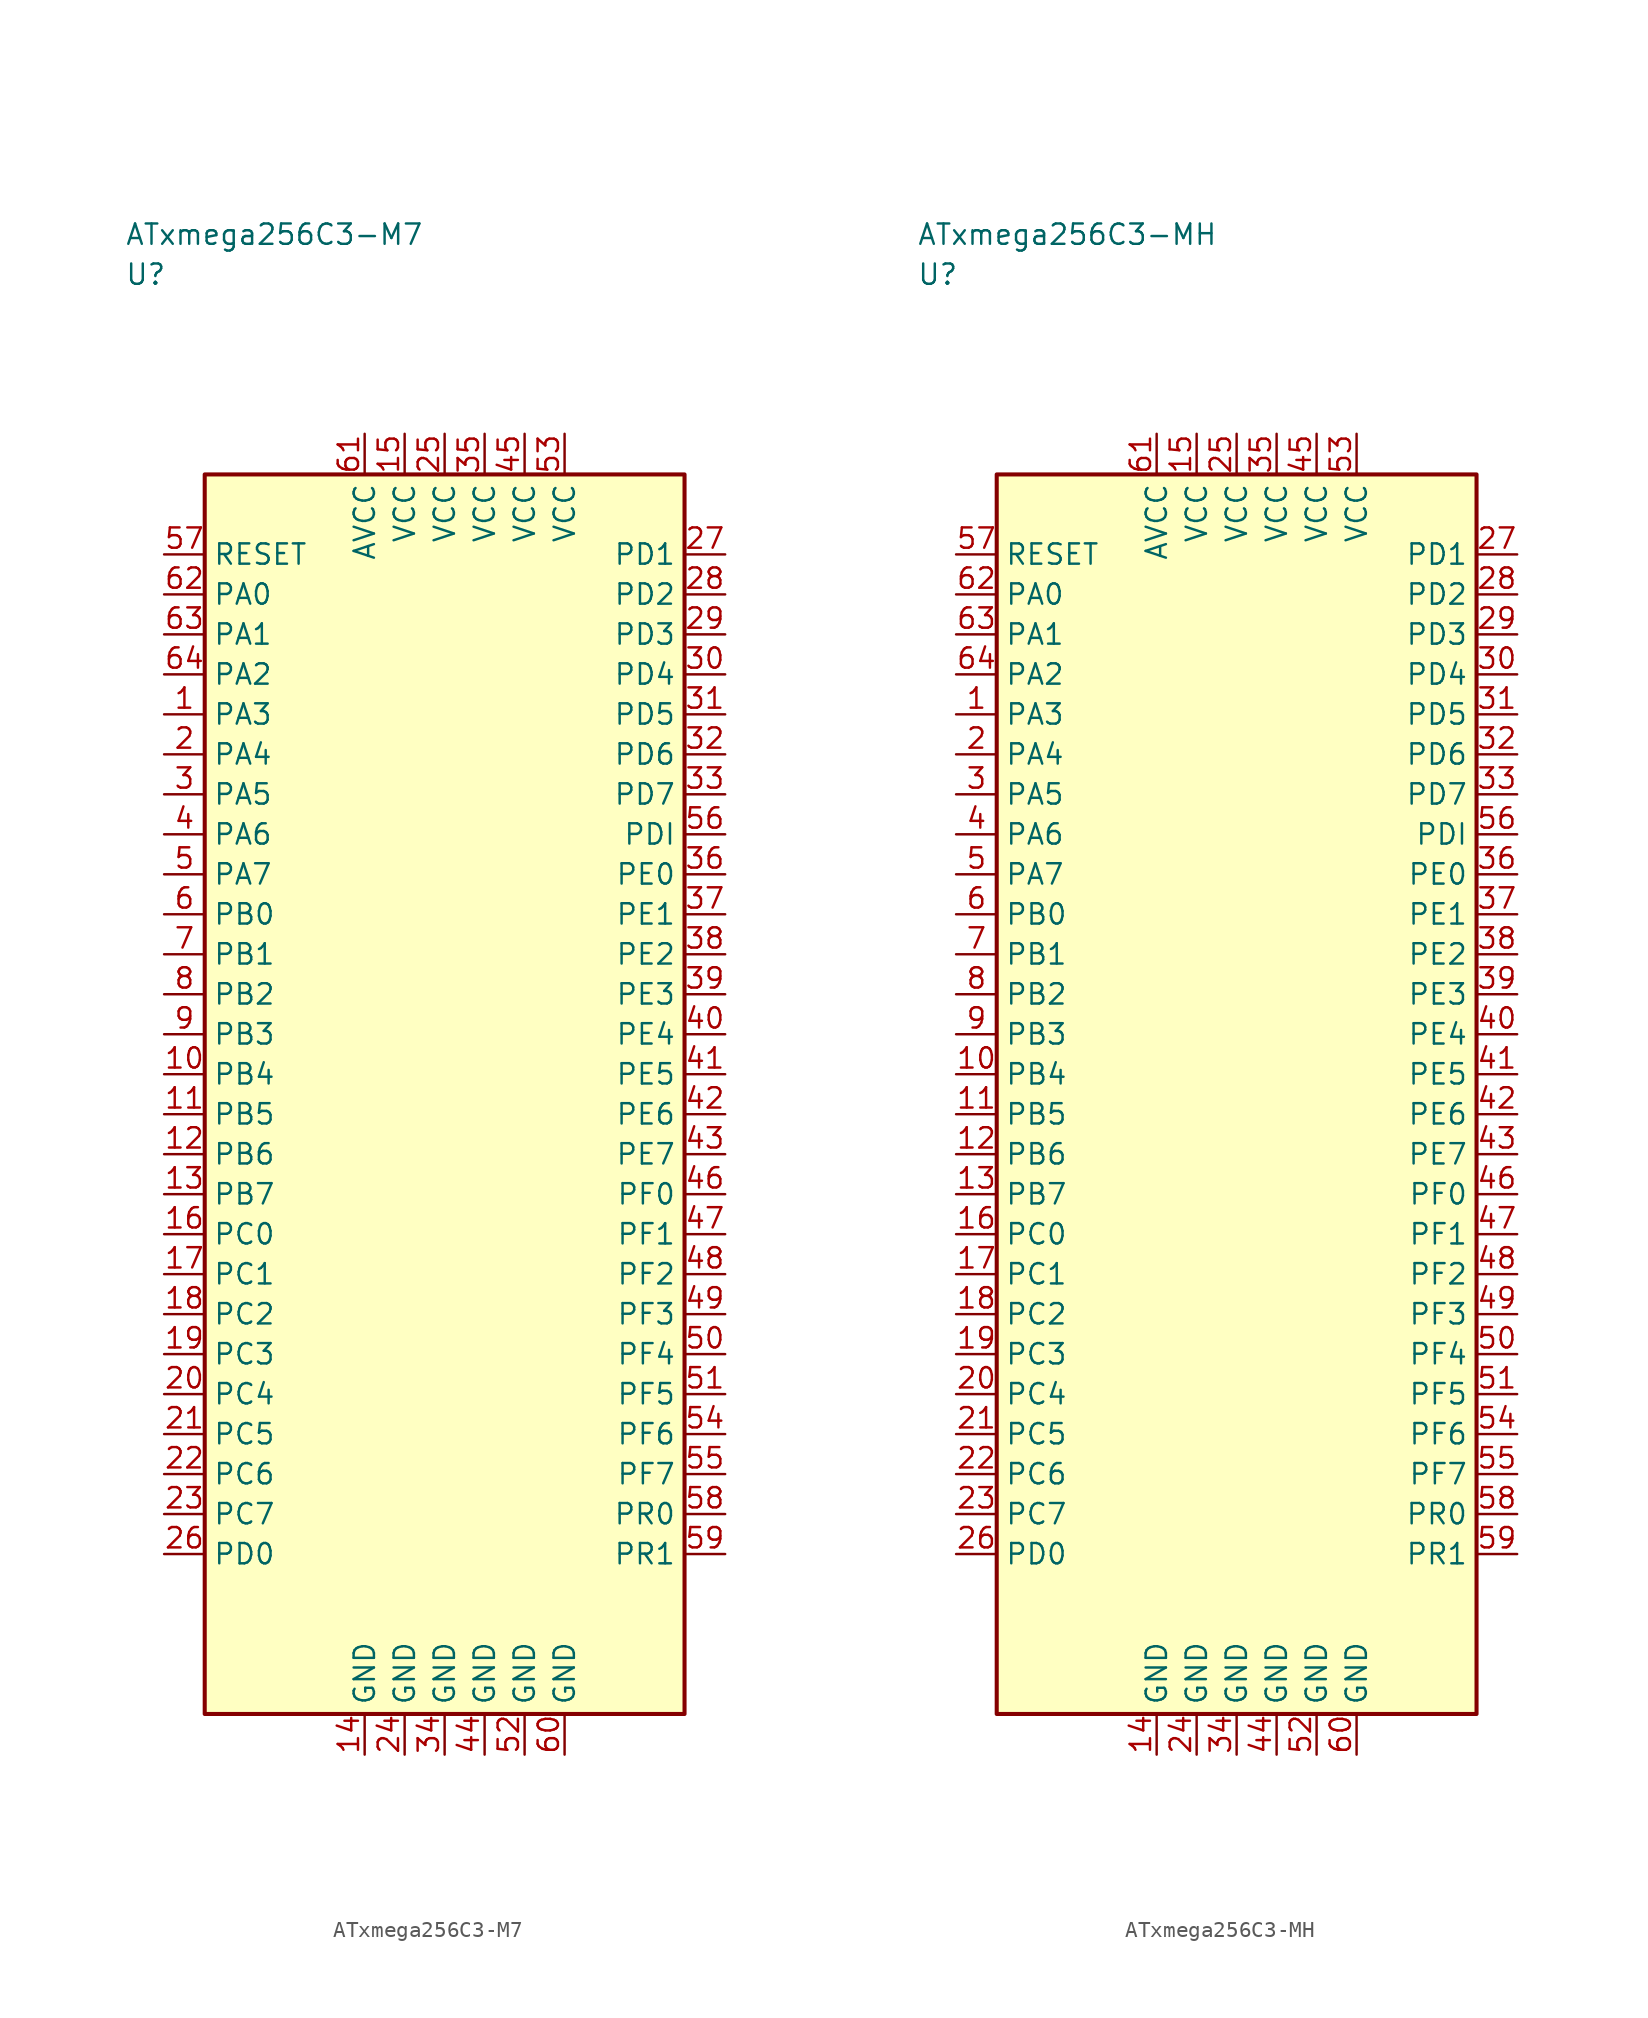
<source format=kicad_sym>
(kicad_symbol_lib
  (version 20241025)
  (generator "kicad_symbol_editor")
  (generator_version "8.0")
  (symbol "ATxmega256C3-M7"
    (property "Reference" "U"
      (at -20.0 51.25 0)
      (effects (font (size 1.27 1.27)) (justify left)))
    (property "Value" "ATxmega256C3-M7"
      (at -20.0 53.75 0)
      (effects (font (size 1.27 1.27)) (justify left)))
    (symbol "ATxmega256C3-M7_0_1"
      (rectangle (start -15.0 38.75) (end 15.0 -38.75) (stroke (width 0.254) (type default)) (fill (type background))))
    (symbol "ATxmega256C3-M7_1_1"
      (pin bidirectional line (at -17.54 23.75 0.0) (length 2.54) (name "PA3" (effects (font (size 1.27 1.27)))) (number "1" (effects (font (size 1.27 1.27)))))
      (pin bidirectional line (at -17.54 21.25 0.0) (length 2.54) (name "PA4" (effects (font (size 1.27 1.27)))) (number "2" (effects (font (size 1.27 1.27)))))
      (pin bidirectional line (at -17.54 18.75 0.0) (length 2.54) (name "PA5" (effects (font (size 1.27 1.27)))) (number "3" (effects (font (size 1.27 1.27)))))
      (pin bidirectional line (at -17.54 16.25 0.0) (length 2.54) (name "PA6" (effects (font (size 1.27 1.27)))) (number "4" (effects (font (size 1.27 1.27)))))
      (pin bidirectional line (at -17.54 13.75 0.0) (length 2.54) (name "PA7" (effects (font (size 1.27 1.27)))) (number "5" (effects (font (size 1.27 1.27)))))
      (pin bidirectional line (at -17.54 11.25 0.0) (length 2.54) (name "PB0" (effects (font (size 1.27 1.27)))) (number "6" (effects (font (size 1.27 1.27)))))
      (pin bidirectional line (at -17.54 8.75 0.0) (length 2.54) (name "PB1" (effects (font (size 1.27 1.27)))) (number "7" (effects (font (size 1.27 1.27)))))
      (pin bidirectional line (at -17.54 6.25 0.0) (length 2.54) (name "PB2" (effects (font (size 1.27 1.27)))) (number "8" (effects (font (size 1.27 1.27)))))
      (pin bidirectional line (at -17.54 3.75 0.0) (length 2.54) (name "PB3" (effects (font (size 1.27 1.27)))) (number "9" (effects (font (size 1.27 1.27)))))
      (pin bidirectional line (at -17.54 1.25 0.0) (length 2.54) (name "PB4" (effects (font (size 1.27 1.27)))) (number "10" (effects (font (size 1.27 1.27)))))
      (pin bidirectional line (at -17.54 -1.25 0.0) (length 2.54) (name "PB5" (effects (font (size 1.27 1.27)))) (number "11" (effects (font (size 1.27 1.27)))))
      (pin bidirectional line (at -17.54 -3.75 0.0) (length 2.54) (name "PB6" (effects (font (size 1.27 1.27)))) (number "12" (effects (font (size 1.27 1.27)))))
      (pin bidirectional line (at -17.54 -6.25 0.0) (length 2.54) (name "PB7" (effects (font (size 1.27 1.27)))) (number "13" (effects (font (size 1.27 1.27)))))
      (pin passive line (at -5.0 -41.29 90.0) (length 2.54) (name "GND" (effects (font (size 1.27 1.27)))) (number "14" (effects (font (size 1.27 1.27)))))
      (pin power_in line (at -2.5 41.29 270.0) (length 2.54) (name "VCC" (effects (font (size 1.27 1.27)))) (number "15" (effects (font (size 1.27 1.27)))))
      (pin bidirectional line (at -17.54 -8.75 0.0) (length 2.54) (name "PC0" (effects (font (size 1.27 1.27)))) (number "16" (effects (font (size 1.27 1.27)))))
      (pin bidirectional line (at -17.54 -11.25 0.0) (length 2.54) (name "PC1" (effects (font (size 1.27 1.27)))) (number "17" (effects (font (size 1.27 1.27)))))
      (pin bidirectional line (at -17.54 -13.75 0.0) (length 2.54) (name "PC2" (effects (font (size 1.27 1.27)))) (number "18" (effects (font (size 1.27 1.27)))))
      (pin bidirectional line (at -17.54 -16.25 0.0) (length 2.54) (name "PC3" (effects (font (size 1.27 1.27)))) (number "19" (effects (font (size 1.27 1.27)))))
      (pin bidirectional line (at -17.54 -18.75 0.0) (length 2.54) (name "PC4" (effects (font (size 1.27 1.27)))) (number "20" (effects (font (size 1.27 1.27)))))
      (pin bidirectional line (at -17.54 -21.25 0.0) (length 2.54) (name "PC5" (effects (font (size 1.27 1.27)))) (number "21" (effects (font (size 1.27 1.27)))))
      (pin bidirectional line (at -17.54 -23.75 0.0) (length 2.54) (name "PC6" (effects (font (size 1.27 1.27)))) (number "22" (effects (font (size 1.27 1.27)))))
      (pin bidirectional line (at -17.54 -26.25 0.0) (length 2.54) (name "PC7" (effects (font (size 1.27 1.27)))) (number "23" (effects (font (size 1.27 1.27)))))
      (pin passive line (at -2.5 -41.29 90.0) (length 2.54) (name "GND" (effects (font (size 1.27 1.27)))) (number "24" (effects (font (size 1.27 1.27)))))
      (pin power_in line (at 0.0 41.29 270.0) (length 2.54) (name "VCC" (effects (font (size 1.27 1.27)))) (number "25" (effects (font (size 1.27 1.27)))))
      (pin bidirectional line (at -17.54 -28.75 0.0) (length 2.54) (name "PD0" (effects (font (size 1.27 1.27)))) (number "26" (effects (font (size 1.27 1.27)))))
      (pin bidirectional line (at 17.54 33.75 180.0) (length 2.54) (name "PD1" (effects (font (size 1.27 1.27)))) (number "27" (effects (font (size 1.27 1.27)))))
      (pin bidirectional line (at 17.54 31.25 180.0) (length 2.54) (name "PD2" (effects (font (size 1.27 1.27)))) (number "28" (effects (font (size 1.27 1.27)))))
      (pin bidirectional line (at 17.54 28.75 180.0) (length 2.54) (name "PD3" (effects (font (size 1.27 1.27)))) (number "29" (effects (font (size 1.27 1.27)))))
      (pin bidirectional line (at 17.54 26.25 180.0) (length 2.54) (name "PD4" (effects (font (size 1.27 1.27)))) (number "30" (effects (font (size 1.27 1.27)))))
      (pin bidirectional line (at 17.54 23.75 180.0) (length 2.54) (name "PD5" (effects (font (size 1.27 1.27)))) (number "31" (effects (font (size 1.27 1.27)))))
      (pin bidirectional line (at 17.54 21.25 180.0) (length 2.54) (name "PD6" (effects (font (size 1.27 1.27)))) (number "32" (effects (font (size 1.27 1.27)))))
      (pin bidirectional line (at 17.54 18.75 180.0) (length 2.54) (name "PD7" (effects (font (size 1.27 1.27)))) (number "33" (effects (font (size 1.27 1.27)))))
      (pin passive line (at 0.0 -41.29 90.0) (length 2.54) (name "GND" (effects (font (size 1.27 1.27)))) (number "34" (effects (font (size 1.27 1.27)))))
      (pin power_in line (at 2.5 41.29 270.0) (length 2.54) (name "VCC" (effects (font (size 1.27 1.27)))) (number "35" (effects (font (size 1.27 1.27)))))
      (pin bidirectional line (at 17.54 13.75 180.0) (length 2.54) (name "PE0" (effects (font (size 1.27 1.27)))) (number "36" (effects (font (size 1.27 1.27)))))
      (pin bidirectional line (at 17.54 11.25 180.0) (length 2.54) (name "PE1" (effects (font (size 1.27 1.27)))) (number "37" (effects (font (size 1.27 1.27)))))
      (pin bidirectional line (at 17.54 8.75 180.0) (length 2.54) (name "PE2" (effects (font (size 1.27 1.27)))) (number "38" (effects (font (size 1.27 1.27)))))
      (pin bidirectional line (at 17.54 6.25 180.0) (length 2.54) (name "PE3" (effects (font (size 1.27 1.27)))) (number "39" (effects (font (size 1.27 1.27)))))
      (pin bidirectional line (at 17.54 3.75 180.0) (length 2.54) (name "PE4" (effects (font (size 1.27 1.27)))) (number "40" (effects (font (size 1.27 1.27)))))
      (pin bidirectional line (at 17.54 1.25 180.0) (length 2.54) (name "PE5" (effects (font (size 1.27 1.27)))) (number "41" (effects (font (size 1.27 1.27)))))
      (pin bidirectional line (at 17.54 -1.25 180.0) (length 2.54) (name "PE6" (effects (font (size 1.27 1.27)))) (number "42" (effects (font (size 1.27 1.27)))))
      (pin bidirectional line (at 17.54 -3.75 180.0) (length 2.54) (name "PE7" (effects (font (size 1.27 1.27)))) (number "43" (effects (font (size 1.27 1.27)))))
      (pin passive line (at 2.5 -41.29 90.0) (length 2.54) (name "GND" (effects (font (size 1.27 1.27)))) (number "44" (effects (font (size 1.27 1.27)))))
      (pin power_in line (at 5.0 41.29 270.0) (length 2.54) (name "VCC" (effects (font (size 1.27 1.27)))) (number "45" (effects (font (size 1.27 1.27)))))
      (pin bidirectional line (at 17.54 -6.25 180.0) (length 2.54) (name "PF0" (effects (font (size 1.27 1.27)))) (number "46" (effects (font (size 1.27 1.27)))))
      (pin bidirectional line (at 17.54 -8.75 180.0) (length 2.54) (name "PF1" (effects (font (size 1.27 1.27)))) (number "47" (effects (font (size 1.27 1.27)))))
      (pin bidirectional line (at 17.54 -11.25 180.0) (length 2.54) (name "PF2" (effects (font (size 1.27 1.27)))) (number "48" (effects (font (size 1.27 1.27)))))
      (pin bidirectional line (at 17.54 -13.75 180.0) (length 2.54) (name "PF3" (effects (font (size 1.27 1.27)))) (number "49" (effects (font (size 1.27 1.27)))))
      (pin bidirectional line (at 17.54 -16.25 180.0) (length 2.54) (name "PF4" (effects (font (size 1.27 1.27)))) (number "50" (effects (font (size 1.27 1.27)))))
      (pin bidirectional line (at 17.54 -18.75 180.0) (length 2.54) (name "PF5" (effects (font (size 1.27 1.27)))) (number "51" (effects (font (size 1.27 1.27)))))
      (pin passive line (at 5.0 -41.29 90.0) (length 2.54) (name "GND" (effects (font (size 1.27 1.27)))) (number "52" (effects (font (size 1.27 1.27)))))
      (pin power_in line (at 7.5 41.29 270.0) (length 2.54) (name "VCC" (effects (font (size 1.27 1.27)))) (number "53" (effects (font (size 1.27 1.27)))))
      (pin bidirectional line (at 17.54 -21.25 180.0) (length 2.54) (name "PF6" (effects (font (size 1.27 1.27)))) (number "54" (effects (font (size 1.27 1.27)))))
      (pin bidirectional line (at 17.54 -23.75 180.0) (length 2.54) (name "PF7" (effects (font (size 1.27 1.27)))) (number "55" (effects (font (size 1.27 1.27)))))
      (pin bidirectional line (at 17.54 16.25 180.0) (length 2.54) (name "PDI" (effects (font (size 1.27 1.27)))) (number "56" (effects (font (size 1.27 1.27)))))
      (pin input line (at -17.54 33.75 0.0) (length 2.54) (name "RESET" (effects (font (size 1.27 1.27)))) (number "57" (effects (font (size 1.27 1.27)))))
      (pin bidirectional line (at 17.54 -26.25 180.0) (length 2.54) (name "PR0" (effects (font (size 1.27 1.27)))) (number "58" (effects (font (size 1.27 1.27)))))
      (pin bidirectional line (at 17.54 -28.75 180.0) (length 2.54) (name "PR1" (effects (font (size 1.27 1.27)))) (number "59" (effects (font (size 1.27 1.27)))))
      (pin passive line (at 7.5 -41.29 90.0) (length 2.54) (name "GND" (effects (font (size 1.27 1.27)))) (number "60" (effects (font (size 1.27 1.27)))))
      (pin power_in line (at -5.0 41.29 270.0) (length 2.54) (name "AVCC" (effects (font (size 1.27 1.27)))) (number "61" (effects (font (size 1.27 1.27)))))
      (pin bidirectional line (at -17.54 31.25 0.0) (length 2.54) (name "PA0" (effects (font (size 1.27 1.27)))) (number "62" (effects (font (size 1.27 1.27)))))
      (pin bidirectional line (at -17.54 28.75 0.0) (length 2.54) (name "PA1" (effects (font (size 1.27 1.27)))) (number "63" (effects (font (size 1.27 1.27)))))
      (pin bidirectional line (at -17.54 26.25 0.0) (length 2.54) (name "PA2" (effects (font (size 1.27 1.27)))) (number "64" (effects (font (size 1.27 1.27)))))))
  (symbol "ATxmega256C3-MH"
    (property "Reference" "U"
      (at -20.0 51.25 0)
      (effects (font (size 1.27 1.27)) (justify left)))
    (property "Value" "ATxmega256C3-MH"
      (at -20.0 53.75 0)
      (effects (font (size 1.27 1.27)) (justify left)))
    (symbol "ATxmega256C3-MH_0_1"
      (rectangle (start -15.0 38.75) (end 15.0 -38.75) (stroke (width 0.254) (type default)) (fill (type background))))
    (symbol "ATxmega256C3-MH_1_1"
      (pin bidirectional line (at -17.54 23.75 0.0) (length 2.54) (name "PA3" (effects (font (size 1.27 1.27)))) (number "1" (effects (font (size 1.27 1.27)))))
      (pin bidirectional line (at -17.54 21.25 0.0) (length 2.54) (name "PA4" (effects (font (size 1.27 1.27)))) (number "2" (effects (font (size 1.27 1.27)))))
      (pin bidirectional line (at -17.54 18.75 0.0) (length 2.54) (name "PA5" (effects (font (size 1.27 1.27)))) (number "3" (effects (font (size 1.27 1.27)))))
      (pin bidirectional line (at -17.54 16.25 0.0) (length 2.54) (name "PA6" (effects (font (size 1.27 1.27)))) (number "4" (effects (font (size 1.27 1.27)))))
      (pin bidirectional line (at -17.54 13.75 0.0) (length 2.54) (name "PA7" (effects (font (size 1.27 1.27)))) (number "5" (effects (font (size 1.27 1.27)))))
      (pin bidirectional line (at -17.54 11.25 0.0) (length 2.54) (name "PB0" (effects (font (size 1.27 1.27)))) (number "6" (effects (font (size 1.27 1.27)))))
      (pin bidirectional line (at -17.54 8.75 0.0) (length 2.54) (name "PB1" (effects (font (size 1.27 1.27)))) (number "7" (effects (font (size 1.27 1.27)))))
      (pin bidirectional line (at -17.54 6.25 0.0) (length 2.54) (name "PB2" (effects (font (size 1.27 1.27)))) (number "8" (effects (font (size 1.27 1.27)))))
      (pin bidirectional line (at -17.54 3.75 0.0) (length 2.54) (name "PB3" (effects (font (size 1.27 1.27)))) (number "9" (effects (font (size 1.27 1.27)))))
      (pin bidirectional line (at -17.54 1.25 0.0) (length 2.54) (name "PB4" (effects (font (size 1.27 1.27)))) (number "10" (effects (font (size 1.27 1.27)))))
      (pin bidirectional line (at -17.54 -1.25 0.0) (length 2.54) (name "PB5" (effects (font (size 1.27 1.27)))) (number "11" (effects (font (size 1.27 1.27)))))
      (pin bidirectional line (at -17.54 -3.75 0.0) (length 2.54) (name "PB6" (effects (font (size 1.27 1.27)))) (number "12" (effects (font (size 1.27 1.27)))))
      (pin bidirectional line (at -17.54 -6.25 0.0) (length 2.54) (name "PB7" (effects (font (size 1.27 1.27)))) (number "13" (effects (font (size 1.27 1.27)))))
      (pin passive line (at -5.0 -41.29 90.0) (length 2.54) (name "GND" (effects (font (size 1.27 1.27)))) (number "14" (effects (font (size 1.27 1.27)))))
      (pin power_in line (at -2.5 41.29 270.0) (length 2.54) (name "VCC" (effects (font (size 1.27 1.27)))) (number "15" (effects (font (size 1.27 1.27)))))
      (pin bidirectional line (at -17.54 -8.75 0.0) (length 2.54) (name "PC0" (effects (font (size 1.27 1.27)))) (number "16" (effects (font (size 1.27 1.27)))))
      (pin bidirectional line (at -17.54 -11.25 0.0) (length 2.54) (name "PC1" (effects (font (size 1.27 1.27)))) (number "17" (effects (font (size 1.27 1.27)))))
      (pin bidirectional line (at -17.54 -13.75 0.0) (length 2.54) (name "PC2" (effects (font (size 1.27 1.27)))) (number "18" (effects (font (size 1.27 1.27)))))
      (pin bidirectional line (at -17.54 -16.25 0.0) (length 2.54) (name "PC3" (effects (font (size 1.27 1.27)))) (number "19" (effects (font (size 1.27 1.27)))))
      (pin bidirectional line (at -17.54 -18.75 0.0) (length 2.54) (name "PC4" (effects (font (size 1.27 1.27)))) (number "20" (effects (font (size 1.27 1.27)))))
      (pin bidirectional line (at -17.54 -21.25 0.0) (length 2.54) (name "PC5" (effects (font (size 1.27 1.27)))) (number "21" (effects (font (size 1.27 1.27)))))
      (pin bidirectional line (at -17.54 -23.75 0.0) (length 2.54) (name "PC6" (effects (font (size 1.27 1.27)))) (number "22" (effects (font (size 1.27 1.27)))))
      (pin bidirectional line (at -17.54 -26.25 0.0) (length 2.54) (name "PC7" (effects (font (size 1.27 1.27)))) (number "23" (effects (font (size 1.27 1.27)))))
      (pin passive line (at -2.5 -41.29 90.0) (length 2.54) (name "GND" (effects (font (size 1.27 1.27)))) (number "24" (effects (font (size 1.27 1.27)))))
      (pin power_in line (at 0.0 41.29 270.0) (length 2.54) (name "VCC" (effects (font (size 1.27 1.27)))) (number "25" (effects (font (size 1.27 1.27)))))
      (pin bidirectional line (at -17.54 -28.75 0.0) (length 2.54) (name "PD0" (effects (font (size 1.27 1.27)))) (number "26" (effects (font (size 1.27 1.27)))))
      (pin bidirectional line (at 17.54 33.75 180.0) (length 2.54) (name "PD1" (effects (font (size 1.27 1.27)))) (number "27" (effects (font (size 1.27 1.27)))))
      (pin bidirectional line (at 17.54 31.25 180.0) (length 2.54) (name "PD2" (effects (font (size 1.27 1.27)))) (number "28" (effects (font (size 1.27 1.27)))))
      (pin bidirectional line (at 17.54 28.75 180.0) (length 2.54) (name "PD3" (effects (font (size 1.27 1.27)))) (number "29" (effects (font (size 1.27 1.27)))))
      (pin bidirectional line (at 17.54 26.25 180.0) (length 2.54) (name "PD4" (effects (font (size 1.27 1.27)))) (number "30" (effects (font (size 1.27 1.27)))))
      (pin bidirectional line (at 17.54 23.75 180.0) (length 2.54) (name "PD5" (effects (font (size 1.27 1.27)))) (number "31" (effects (font (size 1.27 1.27)))))
      (pin bidirectional line (at 17.54 21.25 180.0) (length 2.54) (name "PD6" (effects (font (size 1.27 1.27)))) (number "32" (effects (font (size 1.27 1.27)))))
      (pin bidirectional line (at 17.54 18.75 180.0) (length 2.54) (name "PD7" (effects (font (size 1.27 1.27)))) (number "33" (effects (font (size 1.27 1.27)))))
      (pin passive line (at 0.0 -41.29 90.0) (length 2.54) (name "GND" (effects (font (size 1.27 1.27)))) (number "34" (effects (font (size 1.27 1.27)))))
      (pin power_in line (at 2.5 41.29 270.0) (length 2.54) (name "VCC" (effects (font (size 1.27 1.27)))) (number "35" (effects (font (size 1.27 1.27)))))
      (pin bidirectional line (at 17.54 13.75 180.0) (length 2.54) (name "PE0" (effects (font (size 1.27 1.27)))) (number "36" (effects (font (size 1.27 1.27)))))
      (pin bidirectional line (at 17.54 11.25 180.0) (length 2.54) (name "PE1" (effects (font (size 1.27 1.27)))) (number "37" (effects (font (size 1.27 1.27)))))
      (pin bidirectional line (at 17.54 8.75 180.0) (length 2.54) (name "PE2" (effects (font (size 1.27 1.27)))) (number "38" (effects (font (size 1.27 1.27)))))
      (pin bidirectional line (at 17.54 6.25 180.0) (length 2.54) (name "PE3" (effects (font (size 1.27 1.27)))) (number "39" (effects (font (size 1.27 1.27)))))
      (pin bidirectional line (at 17.54 3.75 180.0) (length 2.54) (name "PE4" (effects (font (size 1.27 1.27)))) (number "40" (effects (font (size 1.27 1.27)))))
      (pin bidirectional line (at 17.54 1.25 180.0) (length 2.54) (name "PE5" (effects (font (size 1.27 1.27)))) (number "41" (effects (font (size 1.27 1.27)))))
      (pin bidirectional line (at 17.54 -1.25 180.0) (length 2.54) (name "PE6" (effects (font (size 1.27 1.27)))) (number "42" (effects (font (size 1.27 1.27)))))
      (pin bidirectional line (at 17.54 -3.75 180.0) (length 2.54) (name "PE7" (effects (font (size 1.27 1.27)))) (number "43" (effects (font (size 1.27 1.27)))))
      (pin passive line (at 2.5 -41.29 90.0) (length 2.54) (name "GND" (effects (font (size 1.27 1.27)))) (number "44" (effects (font (size 1.27 1.27)))))
      (pin power_in line (at 5.0 41.29 270.0) (length 2.54) (name "VCC" (effects (font (size 1.27 1.27)))) (number "45" (effects (font (size 1.27 1.27)))))
      (pin bidirectional line (at 17.54 -6.25 180.0) (length 2.54) (name "PF0" (effects (font (size 1.27 1.27)))) (number "46" (effects (font (size 1.27 1.27)))))
      (pin bidirectional line (at 17.54 -8.75 180.0) (length 2.54) (name "PF1" (effects (font (size 1.27 1.27)))) (number "47" (effects (font (size 1.27 1.27)))))
      (pin bidirectional line (at 17.54 -11.25 180.0) (length 2.54) (name "PF2" (effects (font (size 1.27 1.27)))) (number "48" (effects (font (size 1.27 1.27)))))
      (pin bidirectional line (at 17.54 -13.75 180.0) (length 2.54) (name "PF3" (effects (font (size 1.27 1.27)))) (number "49" (effects (font (size 1.27 1.27)))))
      (pin bidirectional line (at 17.54 -16.25 180.0) (length 2.54) (name "PF4" (effects (font (size 1.27 1.27)))) (number "50" (effects (font (size 1.27 1.27)))))
      (pin bidirectional line (at 17.54 -18.75 180.0) (length 2.54) (name "PF5" (effects (font (size 1.27 1.27)))) (number "51" (effects (font (size 1.27 1.27)))))
      (pin passive line (at 5.0 -41.29 90.0) (length 2.54) (name "GND" (effects (font (size 1.27 1.27)))) (number "52" (effects (font (size 1.27 1.27)))))
      (pin power_in line (at 7.5 41.29 270.0) (length 2.54) (name "VCC" (effects (font (size 1.27 1.27)))) (number "53" (effects (font (size 1.27 1.27)))))
      (pin bidirectional line (at 17.54 -21.25 180.0) (length 2.54) (name "PF6" (effects (font (size 1.27 1.27)))) (number "54" (effects (font (size 1.27 1.27)))))
      (pin bidirectional line (at 17.54 -23.75 180.0) (length 2.54) (name "PF7" (effects (font (size 1.27 1.27)))) (number "55" (effects (font (size 1.27 1.27)))))
      (pin bidirectional line (at 17.54 16.25 180.0) (length 2.54) (name "PDI" (effects (font (size 1.27 1.27)))) (number "56" (effects (font (size 1.27 1.27)))))
      (pin input line (at -17.54 33.75 0.0) (length 2.54) (name "RESET" (effects (font (size 1.27 1.27)))) (number "57" (effects (font (size 1.27 1.27)))))
      (pin bidirectional line (at 17.54 -26.25 180.0) (length 2.54) (name "PR0" (effects (font (size 1.27 1.27)))) (number "58" (effects (font (size 1.27 1.27)))))
      (pin bidirectional line (at 17.54 -28.75 180.0) (length 2.54) (name "PR1" (effects (font (size 1.27 1.27)))) (number "59" (effects (font (size 1.27 1.27)))))
      (pin passive line (at 7.5 -41.29 90.0) (length 2.54) (name "GND" (effects (font (size 1.27 1.27)))) (number "60" (effects (font (size 1.27 1.27)))))
      (pin power_in line (at -5.0 41.29 270.0) (length 2.54) (name "AVCC" (effects (font (size 1.27 1.27)))) (number "61" (effects (font (size 1.27 1.27)))))
      (pin bidirectional line (at -17.54 31.25 0.0) (length 2.54) (name "PA0" (effects (font (size 1.27 1.27)))) (number "62" (effects (font (size 1.27 1.27)))))
      (pin bidirectional line (at -17.54 28.75 0.0) (length 2.54) (name "PA1" (effects (font (size 1.27 1.27)))) (number "63" (effects (font (size 1.27 1.27)))))
      (pin bidirectional line (at -17.54 26.25 0.0) (length 2.54) (name "PA2" (effects (font (size 1.27 1.27)))) (number "64" (effects (font (size 1.27 1.27))))))))
</source>
